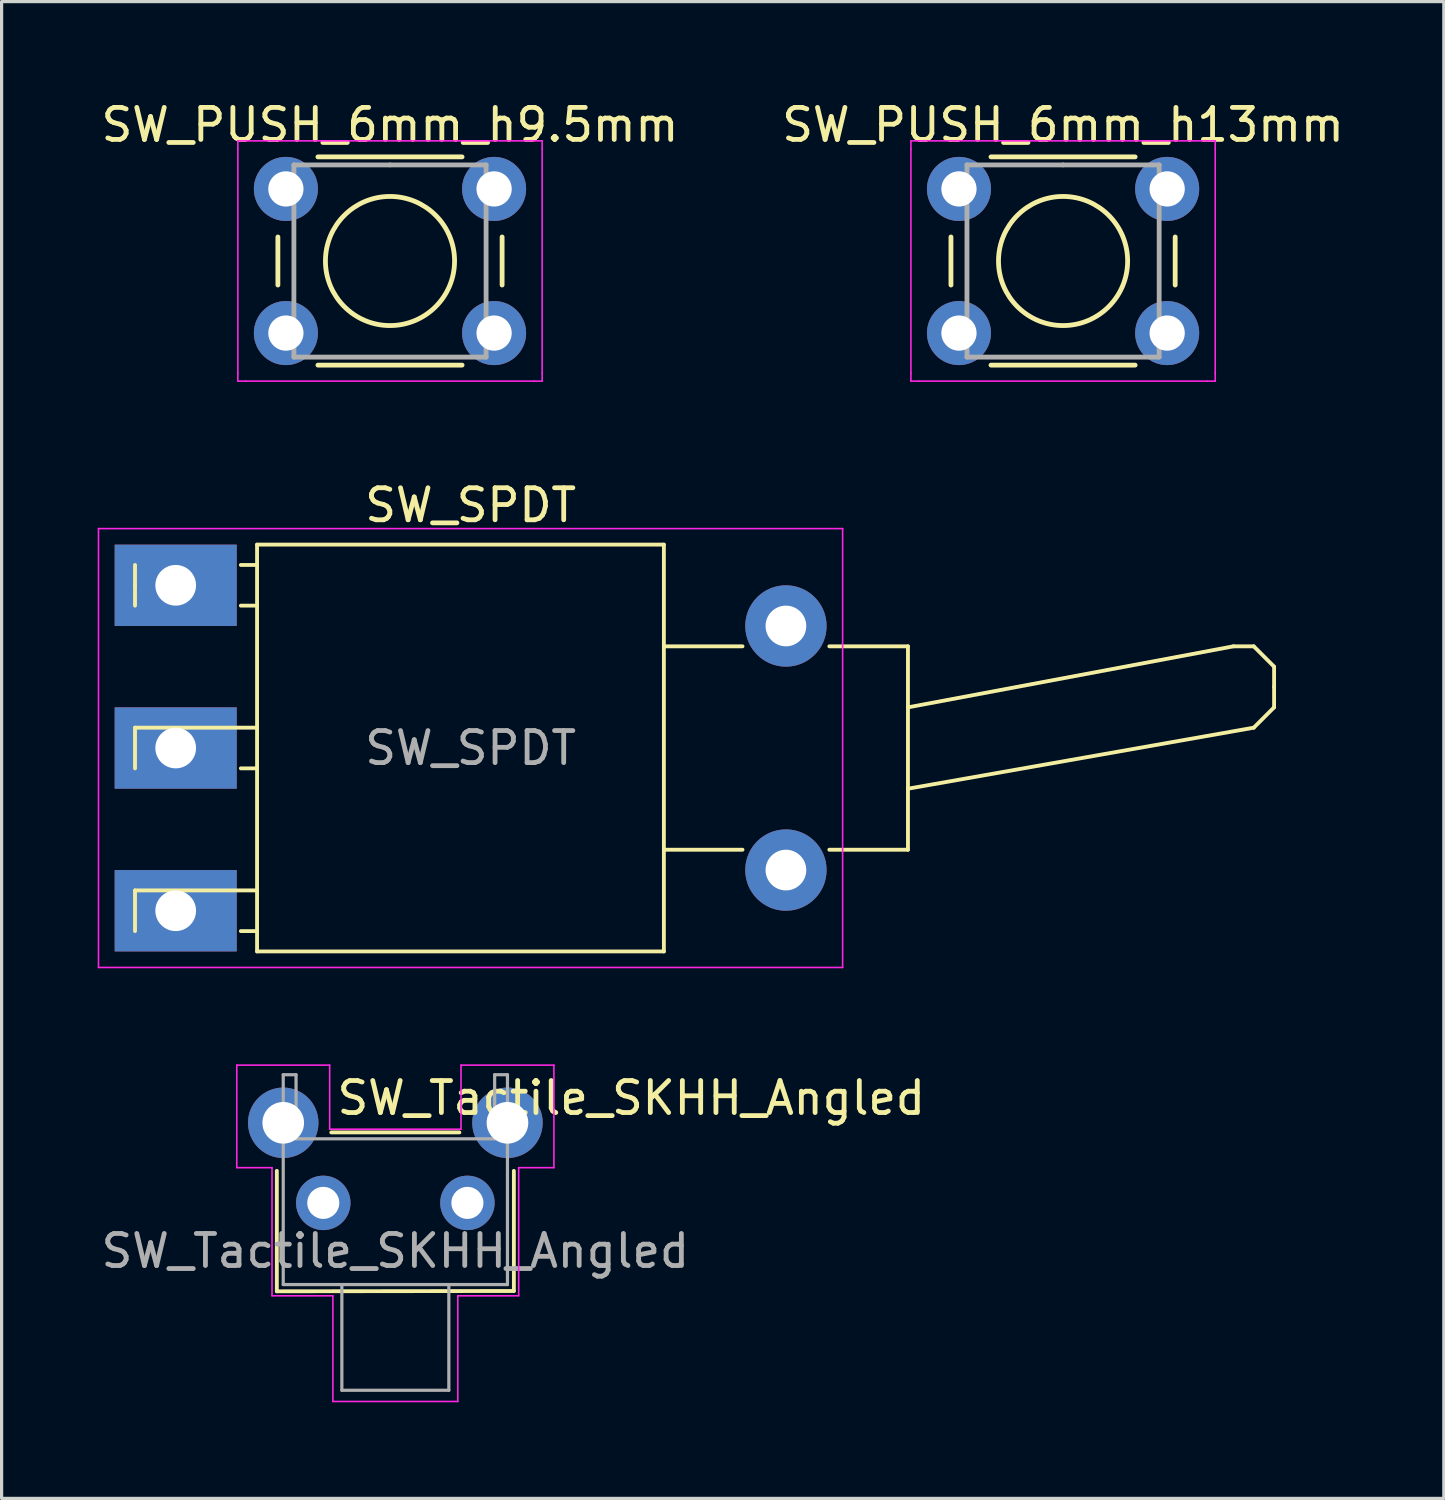
<source format=kicad_pcb>
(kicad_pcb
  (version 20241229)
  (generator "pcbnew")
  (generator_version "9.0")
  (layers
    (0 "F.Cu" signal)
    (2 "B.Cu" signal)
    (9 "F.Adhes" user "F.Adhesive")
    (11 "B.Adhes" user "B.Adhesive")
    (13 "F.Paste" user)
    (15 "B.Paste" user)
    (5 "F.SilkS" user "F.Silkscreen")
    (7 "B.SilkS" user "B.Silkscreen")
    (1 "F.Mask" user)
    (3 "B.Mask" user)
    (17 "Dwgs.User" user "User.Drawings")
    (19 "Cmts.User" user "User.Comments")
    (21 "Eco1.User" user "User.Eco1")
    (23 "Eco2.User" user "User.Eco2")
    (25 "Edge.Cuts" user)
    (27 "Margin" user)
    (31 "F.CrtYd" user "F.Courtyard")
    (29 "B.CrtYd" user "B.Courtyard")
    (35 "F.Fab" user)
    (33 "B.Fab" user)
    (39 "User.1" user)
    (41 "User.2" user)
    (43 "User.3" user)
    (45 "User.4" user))
  (footprint "SW_PUSH_6mm_h13mm"
    (layer "F.Cu")
    (at 26.887 2.848)
    (property "Reference" "SW_PUSH_6mm_h13mm" (at 3.25 -2 0) (layer "F.SilkS") (effects (font (size 1 1) (thickness 0.15))))
    (attr through_hole)
    (fp_line (start -0.25 1.5) (end -0.25 3) (stroke (width 0.15) (type solid)) (layer "F.SilkS"))
    (fp_line (start 1 5.5) (end 5.5 5.5) (stroke (width 0.15) (type solid)) (layer "F.SilkS"))
    (fp_line (start 5.5 -1) (end 1 -1) (stroke (width 0.15) (type solid)) (layer "F.SilkS"))
    (fp_line (start 6.75 3) (end 6.75 1.5) (stroke (width 0.15) (type solid)) (layer "F.SilkS"))
    (fp_circle (center 3.25 2.25) (end 1.25 2.5) (stroke (width 0.15) (type solid)) (fill no) (layer "F.SilkS"))
    (fp_line (start -1.5 -1.5) (end -1.25 -1.5) (stroke (width 0.05) (type solid)) (layer "F.CrtYd"))
    (fp_line (start -1.5 -1.25) (end -1.5 -1.5) (stroke (width 0.05) (type solid)) (layer "F.CrtYd"))
    (fp_line (start -1.5 5.75) (end -1.5 -1.25) (stroke (width 0.05) (type solid)) (layer "F.CrtYd"))
    (fp_line (start -1.5 5.75) (end -1.5 6) (stroke (width 0.05) (type solid)) (layer "F.CrtYd"))
    (fp_line (start -1.5 6) (end -1.25 6) (stroke (width 0.05) (type solid)) (layer "F.CrtYd"))
    (fp_line (start -1.25 -1.5) (end 7.75 -1.5) (stroke (width 0.05) (type solid)) (layer "F.CrtYd"))
    (fp_line (start 7.75 -1.5) (end 8 -1.5) (stroke (width 0.05) (type solid)) (layer "F.CrtYd"))
    (fp_line (start 7.75 6) (end -1.25 6) (stroke (width 0.05) (type solid)) (layer "F.CrtYd"))
    (fp_line (start 7.75 6) (end 8 6) (stroke (width 0.05) (type solid)) (layer "F.CrtYd"))
    (fp_line (start 8 -1.5) (end 8 -1.25) (stroke (width 0.05) (type solid)) (layer "F.CrtYd"))
    (fp_line (start 8 -1.25) (end 8 5.75) (stroke (width 0.05) (type solid)) (layer "F.CrtYd"))
    (fp_line (start 8 6) (end 8 5.75) (stroke (width 0.05) (type solid)) (layer "F.CrtYd"))
    (fp_line (start 0.25 -0.75) (end 3.25 -0.75) (stroke (width 0.15) (type solid)) (layer "F.Fab"))
    (fp_line (start 0.25 5.25) (end 0.25 -0.75) (stroke (width 0.15) (type solid)) (layer "F.Fab"))
    (fp_line (start 3.25 -0.75) (end 6.25 -0.75) (stroke (width 0.15) (type solid)) (layer "F.Fab"))
    (fp_line (start 6.25 -0.75) (end 6.25 5.25) (stroke (width 0.15) (type solid)) (layer "F.Fab"))
    (fp_line (start 6.25 5.25) (end 0.25 5.25) (stroke (width 0.15) (type solid)) (layer "F.Fab"))
    (pad "1" thru_hole circle (at 0 0 90) (size 2 2) (drill 1.1) (layers "*.Cu" "*.Mask"))
    (pad "1" thru_hole circle (at 6.5 0 90) (size 2 2) (drill 1.1) (layers "*.Cu" "*.Mask"))
    (pad "2" thru_hole circle (at 0 4.5 90) (size 2 2) (drill 1.1) (layers "*.Cu" "*.Mask"))
    (pad "2" thru_hole circle (at 6.5 4.5 90) (size 2 2) (drill 1.1) (layers "*.Cu" "*.Mask")))
  (footprint "SW_PUSH_6mm_h9.5mm"
    (layer "F.Cu")
    (at 5.875 2.848)
    (property "Reference" "SW_PUSH_6mm_h9.5mm" (at 3.25 -2 0) (layer "F.SilkS") (effects (font (size 1 1) (thickness 0.15))))
    (attr through_hole)
    (fp_line (start -0.25 1.5) (end -0.25 3) (stroke (width 0.15) (type solid)) (layer "F.SilkS"))
    (fp_line (start 1 5.5) (end 5.5 5.5) (stroke (width 0.15) (type solid)) (layer "F.SilkS"))
    (fp_line (start 5.5 -1) (end 1 -1) (stroke (width 0.15) (type solid)) (layer "F.SilkS"))
    (fp_line (start 6.75 3) (end 6.75 1.5) (stroke (width 0.15) (type solid)) (layer "F.SilkS"))
    (fp_circle (center 3.25 2.25) (end 1.25 2.5) (stroke (width 0.15) (type solid)) (fill no) (layer "F.SilkS"))
    (fp_line (start -1.5 -1.5) (end -1.25 -1.5) (stroke (width 0.05) (type solid)) (layer "F.CrtYd"))
    (fp_line (start -1.5 -1.25) (end -1.5 -1.5) (stroke (width 0.05) (type solid)) (layer "F.CrtYd"))
    (fp_line (start -1.5 5.75) (end -1.5 -1.25) (stroke (width 0.05) (type solid)) (layer "F.CrtYd"))
    (fp_line (start -1.5 5.75) (end -1.5 6) (stroke (width 0.05) (type solid)) (layer "F.CrtYd"))
    (fp_line (start -1.5 6) (end -1.25 6) (stroke (width 0.05) (type solid)) (layer "F.CrtYd"))
    (fp_line (start -1.25 -1.5) (end 7.75 -1.5) (stroke (width 0.05) (type solid)) (layer "F.CrtYd"))
    (fp_line (start 7.75 -1.5) (end 8 -1.5) (stroke (width 0.05) (type solid)) (layer "F.CrtYd"))
    (fp_line (start 7.75 6) (end -1.25 6) (stroke (width 0.05) (type solid)) (layer "F.CrtYd"))
    (fp_line (start 7.75 6) (end 8 6) (stroke (width 0.05) (type solid)) (layer "F.CrtYd"))
    (fp_line (start 8 -1.5) (end 8 -1.25) (stroke (width 0.05) (type solid)) (layer "F.CrtYd"))
    (fp_line (start 8 -1.25) (end 8 5.75) (stroke (width 0.05) (type solid)) (layer "F.CrtYd"))
    (fp_line (start 8 6) (end 8 5.75) (stroke (width 0.05) (type solid)) (layer "F.CrtYd"))
    (fp_line (start 0.25 -0.75) (end 3.25 -0.75) (stroke (width 0.15) (type solid)) (layer "F.Fab"))
    (fp_line (start 0.25 5.25) (end 0.25 -0.75) (stroke (width 0.15) (type solid)) (layer "F.Fab"))
    (fp_line (start 3.25 -0.75) (end 6.25 -0.75) (stroke (width 0.15) (type solid)) (layer "F.Fab"))
    (fp_line (start 6.25 -0.75) (end 6.25 5.25) (stroke (width 0.15) (type solid)) (layer "F.Fab"))
    (fp_line (start 6.25 5.25) (end 0.25 5.25) (stroke (width 0.15) (type solid)) (layer "F.Fab"))
    (pad "1" thru_hole circle (at 0 0 90) (size 2 2) (drill 1.1) (layers "*.Cu" "*.Mask"))
    (pad "1" thru_hole circle (at 6.5 0 90) (size 2 2) (drill 1.1) (layers "*.Cu" "*.Mask"))
    (pad "2" thru_hole circle (at 0 4.5 90) (size 2 2) (drill 1.1) (layers "*.Cu" "*.Mask"))
    (pad "2" thru_hole circle (at 6.5 4.5 90) (size 2 2) (drill 1.1) (layers "*.Cu" "*.Mask")))
  (footprint "SW_Tactile_SKHH_Angled"
    (layer "F.Cu")
    (at 7.042 34.502)
    (property "Reference" "SW_Tactile_SKHH_Angled" (at 0.35 -2.69 0) (layer "F.SilkS") (effects (font (size 1 1) (thickness 0.15)) (justify left bottom)))
    (attr through_hole)
    (fp_circle (center -1.25 -2.5) (end -0.615 -2.5) (stroke (width 0) (type solid)) (fill yes) (layer "F.Mask"))
    (fp_circle (center 0 0) (end 0.445 0) (stroke (width 0) (type solid)) (fill yes) (layer "F.Mask"))
    (fp_circle (center 4.5 0) (end 4.944 0) (stroke (width 0) (type solid)) (fill yes) (layer "F.Mask"))
    (fp_circle (center 5.75 -2.5) (end 6.385 -2.5) (stroke (width 0) (type solid)) (fill yes) (layer "F.Mask"))
    (fp_circle (center -1.25 -2.5) (end -0.107 -2.5) (stroke (width 0) (type solid)) (fill yes) (layer "B.Mask"))
    (fp_circle (center 0 0) (end 0.889 0) (stroke (width 0) (type solid)) (fill yes) (layer "B.Mask"))
    (fp_circle (center 4.5 0) (end 5.389 0) (stroke (width 0) (type solid)) (fill yes) (layer "B.Mask"))
    (fp_circle (center 5.75 -2.5) (end 6.893 -2.5) (stroke (width 0) (type solid)) (fill yes) (layer "B.Mask"))
    (fp_line (start -1.45 -1) (end -1.45 2.76) (stroke (width 0.12) (type solid)) (layer "F.SilkS"))
    (fp_line (start -1.45 2.76) (end 5.95 2.75) (stroke (width 0.12) (type solid)) (layer "F.SilkS"))
    (fp_line (start 4.25 -2.2) (end 0.25 -2.2) (stroke (width 0.12) (type solid)) (layer "F.SilkS"))
    (fp_line (start 5.95 2.75) (end 5.95 -1) (stroke (width 0.12) (type solid)) (layer "F.SilkS"))
    (fp_line (start -2.7 -4.3) (end -2.7 -1.1) (stroke (width 0.05) (type solid)) (layer "F.CrtYd"))
    (fp_line (start -2.7 -1.1) (end -1.6 -1.1) (stroke (width 0.05) (type solid)) (layer "F.CrtYd"))
    (fp_line (start -1.6 -1.1) (end -1.6 2.9) (stroke (width 0.05) (type solid)) (layer "F.CrtYd"))
    (fp_line (start -1.6 2.9) (end 0.3 2.9) (stroke (width 0.05) (type solid)) (layer "F.CrtYd"))
    (fp_line (start 0.2 -4.3) (end -2.7 -4.3) (stroke (width 0.05) (type solid)) (layer "F.CrtYd"))
    (fp_line (start 0.2 -2.3) (end 0.2 -4.3) (stroke (width 0.05) (type solid)) (layer "F.CrtYd"))
    (fp_line (start 0.3 2.9) (end 0.3 6.2) (stroke (width 0.05) (type solid)) (layer "F.CrtYd"))
    (fp_line (start 0.3 6.2) (end 4.2 6.2) (stroke (width 0.05) (type solid)) (layer "F.CrtYd"))
    (fp_line (start 4.2 2.9) (end 6.1 2.9) (stroke (width 0.05) (type solid)) (layer "F.CrtYd"))
    (fp_line (start 4.2 6.2) (end 4.2 2.9) (stroke (width 0.05) (type solid)) (layer "F.CrtYd"))
    (fp_line (start 4.3 -4.3) (end 4.3 -2.3) (stroke (width 0.05) (type solid)) (layer "F.CrtYd"))
    (fp_line (start 4.3 -4.3) (end 7.2 -4.3) (stroke (width 0.05) (type solid)) (layer "F.CrtYd"))
    (fp_line (start 4.3 -2.3) (end 0.2 -2.3) (stroke (width 0.05) (type solid)) (layer "F.CrtYd"))
    (fp_line (start 6.1 -1.1) (end 6.1 2.9) (stroke (width 0.05) (type solid)) (layer "F.CrtYd"))
    (fp_line (start 7.2 -4.3) (end 7.2 -1.1) (stroke (width 0.05) (type solid)) (layer "F.CrtYd"))
    (fp_line (start 7.2 -1.1) (end 6.1 -1.1) (stroke (width 0.05) (type solid)) (layer "F.CrtYd"))
    (fp_line (start -1.25 -4) (end -0.85 -4) (stroke (width 0.1) (type solid)) (layer "F.Fab"))
    (fp_line (start -1.25 2.55) (end -1.25 -4) (stroke (width 0.1) (type solid)) (layer "F.Fab"))
    (fp_line (start -1.25 2.55) (end 0.58 2.55) (stroke (width 0.1) (type solid)) (layer "F.Fab"))
    (fp_line (start -0.85 -2) (end -0.85 -4) (stroke (width 0.1) (type solid)) (layer "F.Fab"))
    (fp_line (start -0.85 -2) (end 5.35 -2) (stroke (width 0.1) (type solid)) (layer "F.Fab"))
    (fp_line (start 0.58 2.55) (end 0.58 5.85) (stroke (width 0.1) (type solid)) (layer "F.Fab"))
    (fp_line (start 0.58 2.55) (end 3.92 2.55) (stroke (width 0.1) (type solid)) (layer "F.Fab"))
    (fp_line (start 3.92 2.55) (end 3.92 5.85) (stroke (width 0.1) (type solid)) (layer "F.Fab"))
    (fp_line (start 3.92 2.55) (end 5.75 2.55) (stroke (width 0.1) (type solid)) (layer "F.Fab"))
    (fp_line (start 3.92 5.85) (end 0.58 5.85) (stroke (width 0.1) (type solid)) (layer "F.Fab"))
    (fp_line (start 5.35 -4) (end 5.75 -4) (stroke (width 0.1) (type solid)) (layer "F.Fab"))
    (fp_line (start 5.35 -2) (end 5.35 -4) (stroke (width 0.1) (type solid)) (layer "F.Fab"))
    (fp_line (start 5.75 -4) (end 5.75 2.55) (stroke (width 0.1) (type solid)) (layer "F.Fab"))
    (fp_text user "${REFERENCE}" (at 2.25 1.5 0) (layer "F.Fab") (effects (font (size 1 1) (thickness 0.15))))
    (pad "" thru_hole circle (at -1.25 -2.5) (size 2.2 2.2) (drill 1.3) (layers "*.Cu" "*.Mask"))
    (pad "" thru_hole circle (at 5.75 -2.5) (size 2.2 2.2) (drill 1.3) (layers "*.Cu" "*.Mask"))
    (pad "1" thru_hole circle (at 0 0) (size 1.7 1.7) (drill 1) (layers "*.Cu" "*.Mask"))
    (pad "2" thru_hole circle (at 4.5 0) (size 1.7 1.7) (drill 1) (layers "*.Cu" "*.Mask")))
  (footprint "SW_SPDT"
    (layer "F.Cu")
    (at 2.435 15.222)
    (property "Reference" "SW_SPDT" (at 9.208 -2.5 0) (layer "F.SilkS") (effects (font (size 1 1) (thickness 0.15))))
    (attr through_hole)
    (fp_line (start -1.27 -0.635) (end -1.27 0) (stroke (width 0.12) (type solid)) (layer "F.SilkS"))
    (fp_line (start -1.27 0) (end -1.27 0.635) (stroke (width 0.12) (type solid)) (layer "F.SilkS"))
    (fp_line (start -1.27 4.445) (end -1.27 5.715) (stroke (width 0.12) (type solid)) (layer "F.SilkS"))
    (fp_line (start -1.27 9.525) (end -1.27 10.795) (stroke (width 0.12) (type solid)) (layer "F.SilkS"))
    (fp_line (start 2.034 -0.635) (end 2.54 -0.635) (stroke (width 0.12) (type solid)) (layer "F.SilkS"))
    (fp_line (start 2.034 0.635) (end 2.54 0.635) (stroke (width 0.12) (type solid)) (layer "F.SilkS"))
    (fp_line (start 2.034 5.715) (end 2.54 5.715) (stroke (width 0.12) (type solid)) (layer "F.SilkS"))
    (fp_line (start 2.034 10.795) (end 2.54 10.795) (stroke (width 0.12) (type solid)) (layer "F.SilkS"))
    (fp_line (start 2.54 -1.27) (end 2.54 11.43) (stroke (width 0.12) (type solid)) (layer "F.SilkS"))
    (fp_line (start 2.54 4.445) (end -1.27 4.445) (stroke (width 0.12) (type solid)) (layer "F.SilkS"))
    (fp_line (start 2.54 9.525) (end -1.27 9.525) (stroke (width 0.12) (type solid)) (layer "F.SilkS"))
    (fp_line (start 2.54 11.43) (end 15.24 11.43) (stroke (width 0.12) (type solid)) (layer "F.SilkS"))
    (fp_line (start 15.24 -1.27) (end 2.54 -1.27) (stroke (width 0.12) (type solid)) (layer "F.SilkS"))
    (fp_line (start 15.24 1.905) (end 17.695 1.905) (stroke (width 0.12) (type solid)) (layer "F.SilkS"))
    (fp_line (start 15.24 11.43) (end 15.24 -1.27) (stroke (width 0.12) (type solid)) (layer "F.SilkS"))
    (fp_line (start 17.695 8.255) (end 15.24 8.255) (stroke (width 0.12) (type solid)) (layer "F.SilkS"))
    (fp_line (start 20.405 1.905) (end 22.86 1.905) (stroke (width 0.12) (type solid)) (layer "F.SilkS"))
    (fp_line (start 22.86 1.905) (end 22.86 8.255) (stroke (width 0.12) (type solid)) (layer "F.SilkS"))
    (fp_line (start 22.86 3.81) (end 33.02 1.905) (stroke (width 0.12) (type solid)) (layer "F.SilkS"))
    (fp_line (start 22.86 8.255) (end 20.405 8.255) (stroke (width 0.12) (type solid)) (layer "F.SilkS"))
    (fp_line (start 33.02 1.905) (end 33.655 1.905) (stroke (width 0.12) (type solid)) (layer "F.SilkS"))
    (fp_line (start 33.655 1.905) (end 34.29 2.54) (stroke (width 0.12) (type solid)) (layer "F.SilkS"))
    (fp_line (start 33.655 4.445) (end 22.86 6.35) (stroke (width 0.12) (type solid)) (layer "F.SilkS"))
    (fp_line (start 34.29 2.54) (end 34.29 3.175) (stroke (width 0.12) (type solid)) (layer "F.SilkS"))
    (fp_line (start 34.29 3.175) (end 34.29 3.81) (stroke (width 0.12) (type solid)) (layer "F.SilkS"))
    (fp_line (start 34.29 3.81) (end 33.655 4.445) (stroke (width 0.12) (type solid)) (layer "F.SilkS"))
    (fp_line (start -2.41 -1.77) (end -2.41 11.93) (stroke (width 0.05) (type solid)) (layer "F.CrtYd"))
    (fp_line (start -2.41 -1.77) (end 20.82 -1.77) (stroke (width 0.05) (type solid)) (layer "F.CrtYd"))
    (fp_line (start 20.82 11.93) (end -2.41 11.93) (stroke (width 0.05) (type solid)) (layer "F.CrtYd"))
    (fp_line (start 20.82 11.93) (end 20.82 -1.77) (stroke (width 0.05) (type solid)) (layer "F.CrtYd"))
    (fp_text user "${REFERENCE}" (at 9.208 5.08 0) (layer "F.Fab") (effects (font (size 1 1) (thickness 0.15))))
    (pad "1" thru_hole rect (at 0 0) (size 3.81 2.54) (drill 1.27) (layers "*.Cu" "*.Mask"))
    (pad "2" thru_hole rect (at 0 5.08) (size 3.81 2.54) (drill 1.27) (layers "*.Cu" "*.Mask"))
    (pad "3" thru_hole rect (at 0 10.16) (size 3.81 2.54) (drill 1.27) (layers "*.Cu" "*.Mask"))
    (pad "H1" thru_hole circle (at 19.05 1.27) (size 2.54 2.54) (drill 1.27) (layers "*.Cu" "*.Mask"))
    (pad "H2" thru_hole circle (at 19.05 8.89) (size 2.54 2.54) (drill 1.27) (layers "*.Cu" "*.Mask")))
  (gr_rect
    (start -3 -3)
    (end 42.024 43.727)
    (stroke (width 0.1) (type default))
    (fill no)
    (layer "Edge.Cuts")))
</source>
